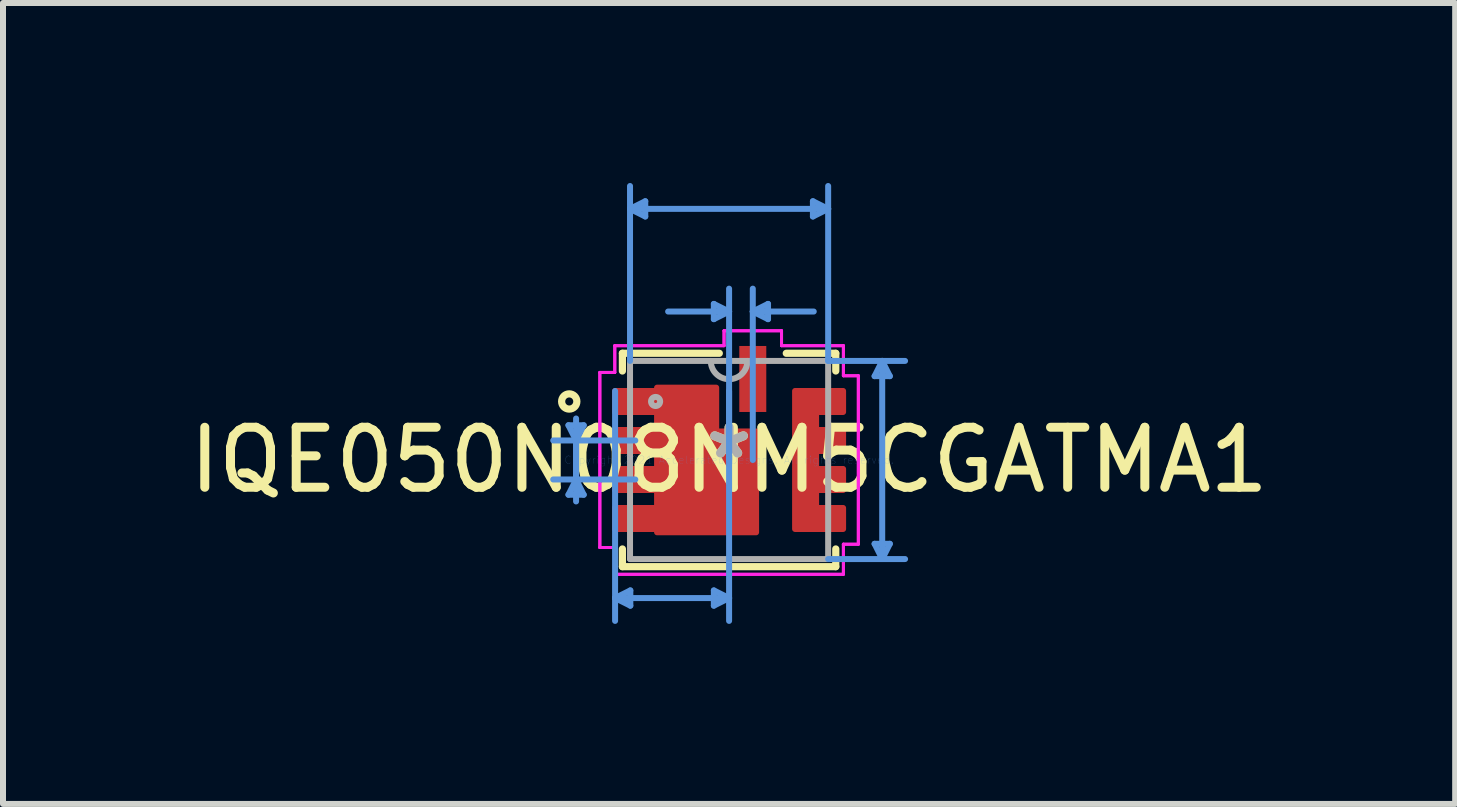
<source format=kicad_pcb>
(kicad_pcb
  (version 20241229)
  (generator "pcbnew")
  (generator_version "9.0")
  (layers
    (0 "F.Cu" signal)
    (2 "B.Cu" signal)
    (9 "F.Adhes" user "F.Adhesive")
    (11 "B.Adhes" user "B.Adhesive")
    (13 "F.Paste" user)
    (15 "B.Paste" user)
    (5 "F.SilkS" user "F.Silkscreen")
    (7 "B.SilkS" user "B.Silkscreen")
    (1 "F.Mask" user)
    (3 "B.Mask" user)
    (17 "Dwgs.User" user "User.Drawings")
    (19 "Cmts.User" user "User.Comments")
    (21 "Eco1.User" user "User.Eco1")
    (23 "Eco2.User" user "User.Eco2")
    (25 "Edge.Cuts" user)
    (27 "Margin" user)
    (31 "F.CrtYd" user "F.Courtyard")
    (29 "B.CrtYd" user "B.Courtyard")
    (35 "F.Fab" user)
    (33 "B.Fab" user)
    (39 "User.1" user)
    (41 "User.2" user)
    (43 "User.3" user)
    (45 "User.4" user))
  (footprint "IQE050N08NM5CGATMA1"
    (layer "F.Cu")
    (at 9.101 4.616)
    (property "Reference" "IQE050N08NM5CGATMA1" (at 0 0 0) (layer "F.SilkS") (effects (font (size 1 1) (thickness 0.15))))
    (attr through_hole)
    (fp_poly (pts (xy 1.9 -1.15) (xy 1.1 -1.15) (xy 1.1 1.15) (xy 1.9 1.15) (xy 1.9 0.8) (xy 1.45 0.8) (xy 1.45 0.5) (xy 1.9 0.5) (xy 1.9 0.15) (xy 1.45 0.15) (xy 1.45 -0.15) (xy 1.9 -0.15) (xy 1.9 -0.5) (xy 1.45 -0.5) (xy 1.45 -0.8) (xy 1.9 -0.8)) (stroke (width 0.1) (type solid)) (fill yes) (layer "F.Cu"))
    (fp_poly (pts (xy -1.9 -1.15) (xy -1.2 -1.15) (xy -1.2 -1.205) (xy -0.215 -1.205) (xy -0.215 -0.475) (xy 0.45 -0.475) (xy 0.45 1.205) (xy -1.2 1.205) (xy -1.2 1.15) (xy -1.9 1.15) (xy -1.9 0.8) (xy -1.2 0.8) (xy -1.2 0.5) (xy -1.9 0.5) (xy -1.9 0.15) (xy -1.2 0.15) (xy -1.2 -0.15) (xy -1.9 -0.15) (xy -1.9 -0.5) (xy -1.2 -0.5) (xy -1.2 -0.8) (xy -1.9 -0.8)) (stroke (width 0.1) (type solid)) (fill yes) (layer "F.Cu"))
    (fp_poly (pts (xy 1.9 -1.15) (xy 1.1 -1.15) (xy 1.1 1.15) (xy 1.9 1.15) (xy 1.9 0.8) (xy 1.45 0.8) (xy 1.45 0.5) (xy 1.9 0.5) (xy 1.9 0.15) (xy 1.45 0.15) (xy 1.45 -0.15) (xy 1.9 -0.15) (xy 1.9 -0.5) (xy 1.45 -0.5) (xy 1.45 -0.8) (xy 1.9 -0.8)) (stroke (width 0.1) (type solid)) (fill yes) (layer "F.Mask"))
    (fp_poly (pts (xy -1.9 -1.15) (xy -1.2 -1.15) (xy -1.2 -1.205) (xy -0.215 -1.205) (xy -0.215 -0.475) (xy 0.45 -0.475) (xy 0.45 1.205) (xy -1.2 1.205) (xy -1.2 1.15) (xy -1.9 1.15) (xy -1.9 0.8) (xy -1.2 0.8) (xy -1.2 0.5) (xy -1.9 0.5) (xy -1.9 0.15) (xy -1.2 0.15) (xy -1.2 -0.15) (xy -1.9 -0.15) (xy -1.9 -0.5) (xy -1.2 -0.5) (xy -1.2 -0.8) (xy -1.9 -0.8)) (stroke (width 0.1) (type solid)) (fill yes) (layer "F.Mask"))
    (fp_line (start -1.778 -1.778) (end -0.163 -1.778) (stroke (width 0.12) (type solid)) (layer "F.SilkS"))
    (fp_line (start -1.778 -1.483) (end -1.778 -1.778) (stroke (width 0.12) (type solid)) (layer "F.SilkS"))
    (fp_line (start -1.778 1.778) (end -1.778 1.483) (stroke (width 0.12) (type solid)) (layer "F.SilkS"))
    (fp_line (start 0.953 -1.778) (end 1.778 -1.778) (stroke (width 0.12) (type solid)) (layer "F.SilkS"))
    (fp_line (start 1.778 -1.778) (end 1.778 -1.483) (stroke (width 0.12) (type solid)) (layer "F.SilkS"))
    (fp_line (start 1.778 1.483) (end 1.778 1.778) (stroke (width 0.12) (type solid)) (layer "F.SilkS"))
    (fp_line (start 1.778 1.778) (end -1.778 1.778) (stroke (width 0.12) (type solid)) (layer "F.SilkS"))
    (fp_circle (center -2.664 -0.975) (end -2.537 -0.975) (stroke (width 0.12) (type solid)) (fill no) (layer "F.SilkS"))
    (fp_poly (pts (xy -1.305 -1.125) (xy -1.875 -1.125) (xy -1.875 -0.825) (xy -1.305 -0.825)) (stroke (width 0.1) (type solid)) (fill yes) (layer "F.Paste"))
    (fp_poly (pts (xy -1.305 -0.475) (xy -1.875 -0.475) (xy -1.875 -0.175) (xy -1.305 -0.175)) (stroke (width 0.1) (type solid)) (fill yes) (layer "F.Paste"))
    (fp_poly (pts (xy -1.305 0.175) (xy -1.875 0.175) (xy -1.875 0.475) (xy -1.305 0.475)) (stroke (width 0.1) (type solid)) (fill yes) (layer "F.Paste"))
    (fp_poly (pts (xy -1.305 0.825) (xy -1.875 0.825) (xy -1.875 1.125) (xy -1.305 1.125)) (stroke (width 0.1) (type solid)) (fill yes) (layer "F.Paste"))
    (fp_poly (pts (xy -0.775 -1.165) (xy -1.155 -1.165) (xy -1.155 -0.065) (xy -0.775 -0.065)) (stroke (width 0.1) (type solid)) (fill yes) (layer "F.Paste"))
    (fp_poly (pts (xy -0.775 0.065) (xy -1.155 0.065) (xy -1.155 1.165) (xy -0.775 1.165)) (stroke (width 0.1) (type solid)) (fill yes) (layer "F.Paste"))
    (fp_poly (pts (xy -0.245 -1.165) (xy -0.625 -1.165) (xy -0.625 -0.065) (xy -0.245 -0.065)) (stroke (width 0.1) (type solid)) (fill yes) (layer "F.Paste"))
    (fp_poly (pts (xy -0.245 0.065) (xy -0.625 0.065) (xy -0.625 1.165) (xy -0.245 1.165)) (stroke (width 0.1) (type solid)) (fill yes) (layer "F.Paste"))
    (fp_poly (pts (xy 0.405 -0.435) (xy -0.095 -0.435) (xy -0.095 1.165) (xy 0.405 1.165)) (stroke (width 0.1) (type solid)) (fill yes) (layer "F.Paste"))
    (fp_poly (pts (xy 0.595 -1.839) (xy 0.195 -1.839) (xy 0.195 -1.419) (xy 0.595 -1.419)) (stroke (width 0.1) (type solid)) (fill yes) (layer "F.Paste"))
    (fp_poly (pts (xy 0.595 -1.269) (xy 0.195 -1.269) (xy 0.195 -0.849) (xy 0.595 -0.849)) (stroke (width 0.1) (type solid)) (fill yes) (layer "F.Paste"))
    (fp_poly (pts (xy 1.345 -1.125) (xy 1.125 -1.125) (xy 1.125 -0.065) (xy 1.345 -0.065)) (stroke (width 0.1) (type solid)) (fill yes) (layer "F.Paste"))
    (fp_poly (pts (xy 1.345 0.065) (xy 1.125 0.065) (xy 1.125 1.125) (xy 1.345 1.125)) (stroke (width 0.1) (type solid)) (fill yes) (layer "F.Paste"))
    (fp_poly (pts (xy 1.875 -1.125) (xy 1.475 -1.125) (xy 1.475 -0.825) (xy 1.875 -0.825)) (stroke (width 0.1) (type solid)) (fill yes) (layer "F.Paste"))
    (fp_poly (pts (xy 1.875 -0.475) (xy 1.475 -0.475) (xy 1.475 -0.175) (xy 1.875 -0.175)) (stroke (width 0.1) (type solid)) (fill yes) (layer "F.Paste"))
    (fp_poly (pts (xy 1.875 0.175) (xy 1.475 0.175) (xy 1.475 0.475) (xy 1.875 0.475)) (stroke (width 0.1) (type solid)) (fill yes) (layer "F.Paste"))
    (fp_poly (pts (xy 1.875 0.825) (xy 1.475 0.825) (xy 1.475 1.125) (xy 1.875 1.125)) (stroke (width 0.1) (type solid)) (fill yes) (layer "F.Paste"))
    (fp_line (start -2.677 -0.579) (end -2.55 -0.325) (stroke (width 0.1) (type solid)) (layer "Cmts.User"))
    (fp_line (start -2.677 0.579) (end -2.55 0.325) (stroke (width 0.1) (type solid)) (layer "Cmts.User"))
    (fp_line (start -2.677 0.579) (end -2.423 0.579) (stroke (width 0.1) (type solid)) (layer "Cmts.User"))
    (fp_line (start -2.55 -0.691) (end -2.55 0.325) (stroke (width 0.1) (type solid)) (layer "Cmts.User"))
    (fp_line (start -2.55 0.691) (end -2.55 -0.325) (stroke (width 0.1) (type solid)) (layer "Cmts.User"))
    (fp_line (start -2.423 -0.579) (end -2.677 -0.579) (stroke (width 0.1) (type solid)) (layer "Cmts.User"))
    (fp_line (start -2.423 -0.579) (end -2.55 -0.325) (stroke (width 0.1) (type solid)) (layer "Cmts.User"))
    (fp_line (start -2.423 0.579) (end -2.55 0.325) (stroke (width 0.1) (type solid)) (layer "Cmts.User"))
    (fp_line (start -1.9 2.301) (end -0.000013 2.301) (stroke (width 0.1) (type solid)) (layer "Cmts.User"))
    (fp_line (start -1.9 -1.15) (end -1.9 2.682) (stroke (width 0.1) (type solid)) (layer "Cmts.User"))
    (fp_line (start -1.651 -4.185) (end 1.651 -4.185) (stroke (width 0.1) (type solid)) (layer "Cmts.User"))
    (fp_line (start -1.651 -1.651) (end -1.651 -4.566) (stroke (width 0.1) (type solid)) (layer "Cmts.User"))
    (fp_line (start -1.646 2.428) (end -1.9 2.301) (stroke (width 0.1) (type solid)) (layer "Cmts.User"))
    (fp_line (start -1.646 2.428) (end -1.646 2.174) (stroke (width 0.1) (type solid)) (layer "Cmts.User"))
    (fp_line (start -1.646 2.174) (end -1.9 2.301) (stroke (width 0.1) (type solid)) (layer "Cmts.User"))
    (fp_line (start -1.563 -0.325) (end -2.931 -0.325) (stroke (width 0.1) (type solid)) (layer "Cmts.User"))
    (fp_line (start -1.563 0.325) (end -2.931 0.325) (stroke (width 0.1) (type solid)) (layer "Cmts.User"))
    (fp_line (start -1.397 -4.058) (end -1.651 -4.185) (stroke (width 0.1) (type solid)) (layer "Cmts.User"))
    (fp_line (start -1.397 -4.058) (end -1.397 -4.312) (stroke (width 0.1) (type solid)) (layer "Cmts.User"))
    (fp_line (start -1.397 -4.312) (end -1.651 -4.185) (stroke (width 0.1) (type solid)) (layer "Cmts.User"))
    (fp_line (start -1.016 -2.474) (end -0.000009 -2.474) (stroke (width 0.1) (type solid)) (layer "Cmts.User"))
    (fp_line (start -0.254 2.428) (end -0.000013 2.301) (stroke (width 0.1) (type solid)) (layer "Cmts.User"))
    (fp_line (start -0.254 2.174) (end -0.254 2.428) (stroke (width 0.1) (type solid)) (layer "Cmts.User"))
    (fp_line (start -0.254 2.174) (end -0.000013 2.301) (stroke (width 0.1) (type solid)) (layer "Cmts.User"))
    (fp_line (start -0.254 -2.347) (end -0.000009 -2.474) (stroke (width 0.1) (type solid)) (layer "Cmts.User"))
    (fp_line (start -0.254 -2.601) (end -0.254 -2.347) (stroke (width 0.1) (type solid)) (layer "Cmts.User"))
    (fp_line (start -0.254 -2.601) (end -0.000009 -2.474) (stroke (width 0.1) (type solid)) (layer "Cmts.User"))
    (fp_line (start 0 -1.15) (end -0.000014 2.682) (stroke (width 0.1) (type solid)) (layer "Cmts.User"))
    (fp_line (start 0 0) (end -0.00001 -2.855) (stroke (width 0.1) (type solid)) (layer "Cmts.User"))
    (fp_line (start 0.395 0) (end 0.395 -2.855) (stroke (width 0.1) (type solid)) (layer "Cmts.User"))
    (fp_line (start 0.649 -2.347) (end 0.395 -2.474) (stroke (width 0.1) (type solid)) (layer "Cmts.User"))
    (fp_line (start 0.649 -2.347) (end 0.649 -2.601) (stroke (width 0.1) (type solid)) (layer "Cmts.User"))
    (fp_line (start 0.649 -2.601) (end 0.395 -2.474) (stroke (width 0.1) (type solid)) (layer "Cmts.User"))
    (fp_line (start 1.397 -4.312) (end 1.397 -4.058) (stroke (width 0.1) (type solid)) (layer "Cmts.User"))
    (fp_line (start 1.397 -4.312) (end 1.651 -4.185) (stroke (width 0.1) (type solid)) (layer "Cmts.User"))
    (fp_line (start 1.397 -4.058) (end 1.651 -4.185) (stroke (width 0.1) (type solid)) (layer "Cmts.User"))
    (fp_line (start 1.411 -2.474) (end 0.395 -2.474) (stroke (width 0.1) (type solid)) (layer "Cmts.User"))
    (fp_line (start 1.651 -1.651) (end 1.651 -4.566) (stroke (width 0.1) (type solid)) (layer "Cmts.User"))
    (fp_line (start 1.651 -1.651) (end 2.933 -1.651) (stroke (width 0.1) (type solid)) (layer "Cmts.User"))
    (fp_line (start 1.651 1.651) (end 2.933 1.651) (stroke (width 0.1) (type solid)) (layer "Cmts.User"))
    (fp_line (start 2.425 1.397) (end 2.552 1.651) (stroke (width 0.1) (type solid)) (layer "Cmts.User"))
    (fp_line (start 2.425 -1.397) (end 2.552 -1.651) (stroke (width 0.1) (type solid)) (layer "Cmts.User"))
    (fp_line (start 2.425 -1.397) (end 2.679 -1.397) (stroke (width 0.1) (type solid)) (layer "Cmts.User"))
    (fp_line (start 2.552 -1.651) (end 2.552 1.651) (stroke (width 0.1) (type solid)) (layer "Cmts.User"))
    (fp_line (start 2.679 1.397) (end 2.425 1.397) (stroke (width 0.1) (type solid)) (layer "Cmts.User"))
    (fp_line (start 2.679 1.397) (end 2.552 1.651) (stroke (width 0.1) (type solid)) (layer "Cmts.User"))
    (fp_line (start 2.679 -1.397) (end 2.552 -1.651) (stroke (width 0.1) (type solid)) (layer "Cmts.User"))
    (fp_line (start -2.154 -1.459) (end -2.154 1.459) (stroke (width 0.05) (type solid)) (layer "F.CrtYd"))
    (fp_line (start -2.154 -1.459) (end -2.154 1.459) (stroke (width 0.05) (type solid)) (layer "F.CrtYd"))
    (fp_line (start -2.154 1.459) (end -1.905 1.459) (stroke (width 0.05) (type solid)) (layer "F.CrtYd"))
    (fp_line (start -2.154 1.459) (end -1.905 1.459) (stroke (width 0.05) (type solid)) (layer "F.CrtYd"))
    (fp_line (start -1.905 -1.905) (end -1.905 -1.459) (stroke (width 0.05) (type solid)) (layer "F.CrtYd"))
    (fp_line (start -1.905 -1.905) (end -1.905 -1.459) (stroke (width 0.05) (type solid)) (layer "F.CrtYd"))
    (fp_line (start -1.905 -1.459) (end -2.154 -1.459) (stroke (width 0.05) (type solid)) (layer "F.CrtYd"))
    (fp_line (start -1.905 -1.459) (end -2.154 -1.459) (stroke (width 0.05) (type solid)) (layer "F.CrtYd"))
    (fp_line (start -1.905 1.459) (end -1.905 1.905) (stroke (width 0.05) (type solid)) (layer "F.CrtYd"))
    (fp_line (start -1.905 1.459) (end -1.905 1.905) (stroke (width 0.05) (type solid)) (layer "F.CrtYd"))
    (fp_line (start -1.905 1.905) (end 1.905 1.905) (stroke (width 0.05) (type solid)) (layer "F.CrtYd"))
    (fp_line (start -1.905 1.905) (end 1.905 1.905) (stroke (width 0.05) (type solid)) (layer "F.CrtYd"))
    (fp_line (start -0.084 -2.154) (end -0.084 -1.905) (stroke (width 0.05) (type solid)) (layer "F.CrtYd"))
    (fp_line (start -0.084 -2.154) (end -0.084 -1.905) (stroke (width 0.05) (type solid)) (layer "F.CrtYd"))
    (fp_line (start -0.084 -1.905) (end -1.905 -1.905) (stroke (width 0.05) (type solid)) (layer "F.CrtYd"))
    (fp_line (start -0.084 -1.905) (end -1.905 -1.905) (stroke (width 0.05) (type solid)) (layer "F.CrtYd"))
    (fp_line (start 0.874 -2.154) (end -0.084 -2.154) (stroke (width 0.05) (type solid)) (layer "F.CrtYd"))
    (fp_line (start 0.874 -2.154) (end -0.084 -2.154) (stroke (width 0.05) (type solid)) (layer "F.CrtYd"))
    (fp_line (start 0.874 -1.905) (end 0.874 -2.154) (stroke (width 0.05) (type solid)) (layer "F.CrtYd"))
    (fp_line (start 0.874 -1.905) (end 0.874 -2.154) (stroke (width 0.05) (type solid)) (layer "F.CrtYd"))
    (fp_line (start 1.905 -1.905) (end 0.874 -1.905) (stroke (width 0.05) (type solid)) (layer "F.CrtYd"))
    (fp_line (start 1.905 -1.905) (end 0.874 -1.905) (stroke (width 0.05) (type solid)) (layer "F.CrtYd"))
    (fp_line (start 1.905 -1.404) (end 1.905 -1.905) (stroke (width 0.05) (type solid)) (layer "F.CrtYd"))
    (fp_line (start 1.905 -1.404) (end 1.905 -1.905) (stroke (width 0.05) (type solid)) (layer "F.CrtYd"))
    (fp_line (start 1.905 1.404) (end 2.154 1.404) (stroke (width 0.05) (type solid)) (layer "F.CrtYd"))
    (fp_line (start 1.905 1.404) (end 2.154 1.404) (stroke (width 0.05) (type solid)) (layer "F.CrtYd"))
    (fp_line (start 1.905 1.905) (end 1.905 1.404) (stroke (width 0.05) (type solid)) (layer "F.CrtYd"))
    (fp_line (start 1.905 1.905) (end 1.905 1.404) (stroke (width 0.05) (type solid)) (layer "F.CrtYd"))
    (fp_line (start 2.154 -1.404) (end 1.905 -1.404) (stroke (width 0.05) (type solid)) (layer "F.CrtYd"))
    (fp_line (start 2.154 -1.404) (end 1.905 -1.404) (stroke (width 0.05) (type solid)) (layer "F.CrtYd"))
    (fp_line (start 2.154 1.404) (end 2.154 -1.404) (stroke (width 0.05) (type solid)) (layer "F.CrtYd"))
    (fp_line (start 2.154 1.404) (end 2.154 -1.404) (stroke (width 0.05) (type solid)) (layer "F.CrtYd"))
    (fp_line (start -1.651 -1.651) (end -1.651 1.651) (stroke (width 0.1) (type solid)) (layer "F.Fab"))
    (fp_line (start -1.651 1.651) (end 1.651 1.651) (stroke (width 0.1) (type solid)) (layer "F.Fab"))
    (fp_line (start 1.651 -1.651) (end -1.651 -1.651) (stroke (width 0.1) (type solid)) (layer "F.Fab"))
    (fp_line (start 1.651 1.651) (end 1.651 -1.651) (stroke (width 0.1) (type solid)) (layer "F.Fab"))
    (fp_arc (start 0.3048 -1.651) (mid 0 -1.3462) (end -0.3048 -1.651) (stroke (width 0.1) (type solid)) (layer "F.Fab"))
    (fp_circle (center -1.225 -0.975) (end -1.149 -0.975) (stroke (width 0.1) (type solid)) (fill no) (layer "F.Fab"))
    (fp_text user "*" (at 0 0 0) (layer "F.SilkS") (effects (font (size 1 1) (thickness 0.15))))
    (fp_text user "Copyright 2021 Accelerated Designs. All rights reserved." (at 0 0 0) (layer "Cmts.User") (effects (font (size 0.127 0.127) (thickness 0.002))))
    (fp_text user "*" (at 0 0 0) (layer "F.Fab") (effects (font (size 1 1) (thickness 0.15))))
    (pad "1" smd rect (at -1.563 -0.975) (size 0.127 0.127) (layers "F.Cu" "F.Mask" "F.Paste"))
    (pad "2" smd rect (at -1.563 -0.325) (size 0.127 0.127) (layers "F.Cu" "F.Mask" "F.Paste"))
    (pad "3" smd rect (at -1.563 0.325) (size 0.127 0.127) (layers "F.Cu" "F.Mask" "F.Paste"))
    (pad "4" smd rect (at -1.563 0.975) (size 0.127 0.127) (layers "F.Cu" "F.Mask" "F.Paste"))
    (pad "5" smd rect (at 1.675 0.975) (size 0.127 0.127) (layers "F.Cu" "F.Mask" "F.Paste"))
    (pad "6" smd rect (at 1.675 0.325) (size 0.127 0.127) (layers "F.Cu" "F.Mask" "F.Paste"))
    (pad "7" smd rect (at 1.675 -0.325) (size 0.127 0.127) (layers "F.Cu" "F.Mask" "F.Paste"))
    (pad "8" smd rect (at 1.675 -0.975) (size 0.127 0.127) (layers "F.Cu" "F.Mask" "F.Paste"))
    (pad "9" smd rect (at 0.395 -1.35) (size 0.45 1.1) (layers "F.Cu" "F.Mask")))
  (gr_rect
    (start -3 -3)
    (end 21.202 10.348)
    (stroke (width 0.1) (type default))
    (fill no)
    (layer "Edge.Cuts")))
</source>
